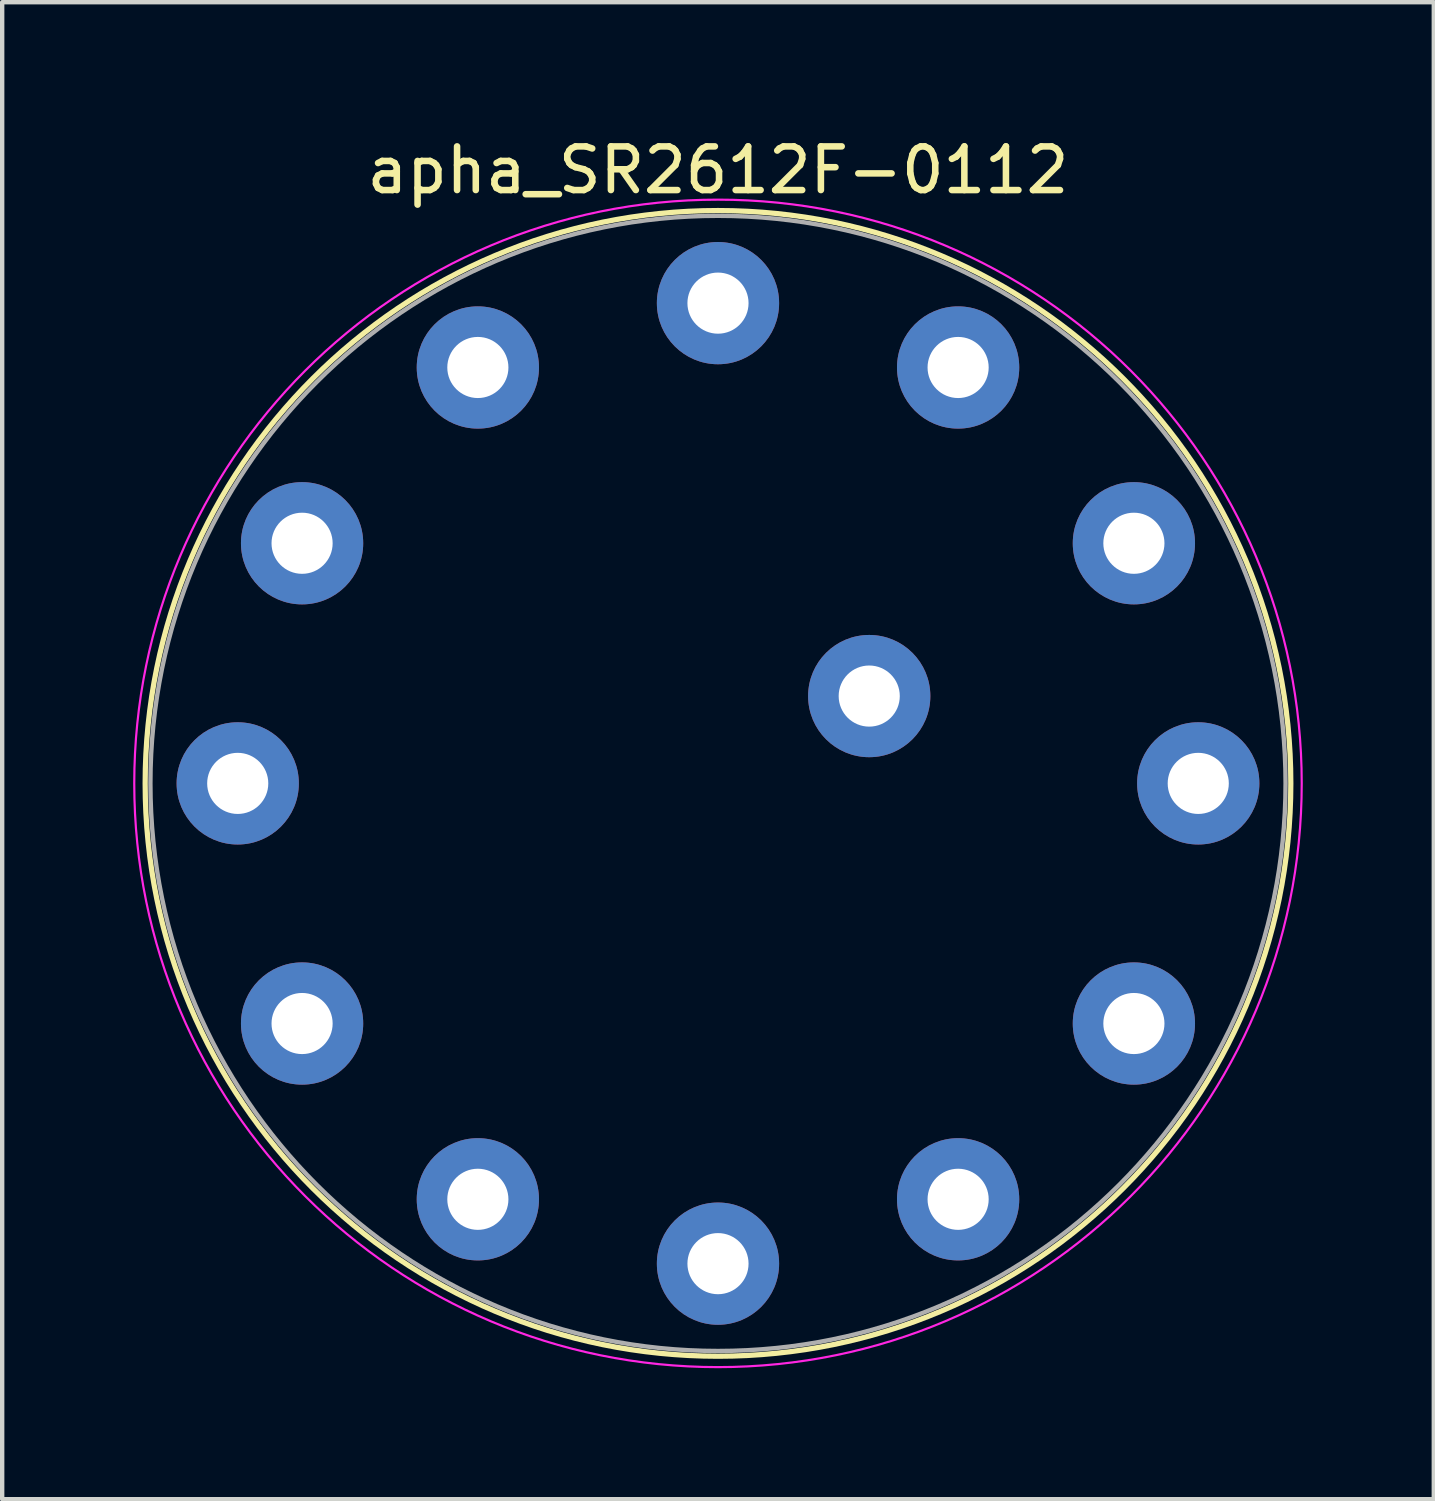
<source format=kicad_pcb>
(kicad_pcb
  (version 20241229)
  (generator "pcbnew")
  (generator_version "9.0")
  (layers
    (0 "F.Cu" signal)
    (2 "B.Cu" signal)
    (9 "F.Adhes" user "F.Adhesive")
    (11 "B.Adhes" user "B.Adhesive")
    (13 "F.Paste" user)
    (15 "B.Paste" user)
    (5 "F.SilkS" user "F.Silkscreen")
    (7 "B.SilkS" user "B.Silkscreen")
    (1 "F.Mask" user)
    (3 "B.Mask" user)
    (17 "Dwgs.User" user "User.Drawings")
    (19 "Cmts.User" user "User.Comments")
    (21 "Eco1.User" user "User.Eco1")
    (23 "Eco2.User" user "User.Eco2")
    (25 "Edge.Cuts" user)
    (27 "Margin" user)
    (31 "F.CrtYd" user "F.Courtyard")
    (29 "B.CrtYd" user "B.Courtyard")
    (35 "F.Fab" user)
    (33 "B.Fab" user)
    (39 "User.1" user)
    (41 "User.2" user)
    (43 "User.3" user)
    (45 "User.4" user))
  (footprint "apha_SR2612F-0112"
    (layer "F.Cu")
    (at 13.395 14.893)
    (property "Reference" "apha_SR2612F-0112" (at 0 -14.045 0) (layer "F.SilkS") (effects (font (size 1 1) (thickness 0.15))))
    (attr through_hole)
    (fp_circle (center 0 0) (end 0 13.12) (stroke (width 0.12) (type solid)) (fill no) (layer "F.SilkS"))
    (fp_circle (center 0 0) (end 0 13.37) (stroke (width 0.05) (type solid)) (fill no) (layer "F.CrtYd"))
    (fp_circle (center 0 0) (end 0 13) (stroke (width 0.1) (type solid)) (fill no) (layer "F.Fab"))
    (pad "1" thru_hole oval (at 5.5 -9.526) (size 2.8 2.8) (drill 1.4) (layers "*.Cu" "*.Mask"))
    (pad "2" thru_hole oval (at 9.526 -5.5) (size 2.8 2.8) (drill 1.4) (layers "*.Cu" "*.Mask"))
    (pad "3" thru_hole oval (at 11 0) (size 2.8 2.8) (drill 1.4) (layers "*.Cu" "*.Mask"))
    (pad "4" thru_hole oval (at 9.526 5.5) (size 2.8 2.8) (drill 1.4) (layers "*.Cu" "*.Mask"))
    (pad "5" thru_hole oval (at 5.5 9.526) (size 2.8 2.8) (drill 1.4) (layers "*.Cu" "*.Mask"))
    (pad "6" thru_hole oval (at 0 11) (size 2.8 2.8) (drill 1.4) (layers "*.Cu" "*.Mask"))
    (pad "7" thru_hole oval (at -5.5 9.526) (size 2.8 2.8) (drill 1.4) (layers "*.Cu" "*.Mask"))
    (pad "8" thru_hole oval (at -9.526 5.5) (size 2.8 2.8) (drill 1.4) (layers "*.Cu" "*.Mask"))
    (pad "9" thru_hole oval (at -11 0) (size 2.8 2.8) (drill 1.4) (layers "*.Cu" "*.Mask"))
    (pad "10" thru_hole oval (at -9.526 -5.5) (size 2.8 2.8) (drill 1.4) (layers "*.Cu" "*.Mask"))
    (pad "11" thru_hole oval (at -5.5 -9.526) (size 2.8 2.8) (drill 1.4) (layers "*.Cu" "*.Mask"))
    (pad "12" thru_hole oval (at 0 -11) (size 2.8 2.8) (drill 1.4) (layers "*.Cu" "*.Mask"))
    (pad "13" thru_hole oval (at 3.464 -2) (size 2.8 2.8) (drill 1.4) (layers "*.Cu" "*.Mask")))
  (gr_rect
    (start -3 -3)
    (end 29.79 31.288)
    (stroke (width 0.1) (type default))
    (fill no)
    (layer "Edge.Cuts")))
</source>
